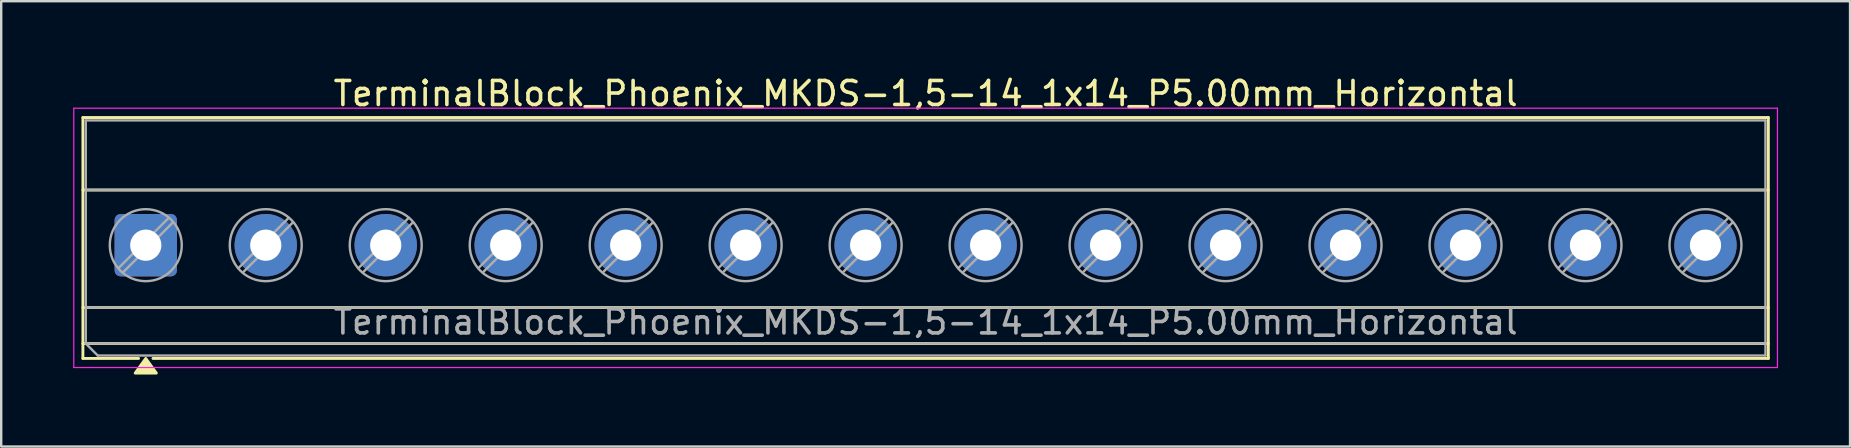
<source format=kicad_pcb>
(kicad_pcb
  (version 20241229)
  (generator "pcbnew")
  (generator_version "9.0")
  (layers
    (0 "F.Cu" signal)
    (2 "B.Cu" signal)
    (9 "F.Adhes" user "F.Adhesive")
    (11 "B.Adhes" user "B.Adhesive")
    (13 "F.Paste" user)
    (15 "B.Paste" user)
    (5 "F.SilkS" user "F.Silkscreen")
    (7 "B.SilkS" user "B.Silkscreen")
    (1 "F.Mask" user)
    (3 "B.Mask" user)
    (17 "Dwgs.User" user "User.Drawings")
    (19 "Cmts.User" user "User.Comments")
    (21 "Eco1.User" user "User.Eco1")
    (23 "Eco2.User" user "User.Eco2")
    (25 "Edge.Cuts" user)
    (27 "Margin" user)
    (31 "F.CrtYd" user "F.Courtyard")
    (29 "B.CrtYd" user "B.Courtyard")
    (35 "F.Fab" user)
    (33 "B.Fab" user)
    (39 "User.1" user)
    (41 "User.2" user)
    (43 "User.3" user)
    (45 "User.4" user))
  (footprint "TerminalBlock_Phoenix_MKDS-1,5-14_1x14_P5.00mm_Horizontal"
    (layer "F.Cu")
    (at 3.025 7.168)
    (property "Reference" "TerminalBlock_Phoenix_MKDS-1,5-14_1x14_P5.00mm_Horizontal" (at 32.5 -6.32 0) (layer "F.SilkS") (effects (font (size 1 1) (thickness 0.15))))
    (attr through_hole)
    (fp_line (start -2.62 -5.32) (end 67.62 -5.32) (stroke (width 0.12) (type solid)) (layer "F.SilkS"))
    (fp_line (start -2.62 -2.3) (end 67.62 -2.3) (stroke (width 0.12) (type solid)) (layer "F.SilkS"))
    (fp_line (start -2.62 2.6) (end 67.62 2.6) (stroke (width 0.12) (type solid)) (layer "F.SilkS"))
    (fp_line (start -2.62 4.1) (end 67.62 4.1) (stroke (width 0.12) (type solid)) (layer "F.SilkS"))
    (fp_line (start -2.62 4.72) (end -2.62 -5.32) (stroke (width 0.12) (type solid)) (layer "F.SilkS"))
    (fp_line (start -0.3 4.72) (end -2.62 4.72) (stroke (width 0.12) (type solid)) (layer "F.SilkS"))
    (fp_line (start 67.62 -5.32) (end 67.62 4.72) (stroke (width 0.12) (type solid)) (layer "F.SilkS"))
    (fp_line (start 67.62 4.72) (end 0.3 4.72) (stroke (width 0.12) (type solid)) (layer "F.SilkS"))
    (fp_poly (pts (xy 0 4.72) (xy 0.44 5.33) (xy -0.44 5.33)) (stroke (width 0.12) (type solid)) (fill yes) (layer "F.SilkS"))
    (fp_line (start -3 -5.71) (end -3 5.1) (stroke (width 0.05) (type solid)) (layer "F.CrtYd"))
    (fp_line (start -3 5.1) (end 68 5.1) (stroke (width 0.05) (type solid)) (layer "F.CrtYd"))
    (fp_line (start 68 -5.71) (end -3 -5.71) (stroke (width 0.05) (type solid)) (layer "F.CrtYd"))
    (fp_line (start 68 5.1) (end 68 -5.71) (stroke (width 0.05) (type solid)) (layer "F.CrtYd"))
    (fp_line (start -2.5 -5.2) (end 67.5 -5.2) (stroke (width 0.1) (type solid)) (layer "F.Fab"))
    (fp_line (start -2.5 -2.3) (end 67.5 -2.3) (stroke (width 0.1) (type solid)) (layer "F.Fab"))
    (fp_line (start -2.5 2.6) (end 67.5 2.6) (stroke (width 0.1) (type solid)) (layer "F.Fab"))
    (fp_line (start -2.5 4.1) (end -2.5 -5.2) (stroke (width 0.1) (type solid)) (layer "F.Fab"))
    (fp_line (start -2.5 4.1) (end 67.5 4.1) (stroke (width 0.1) (type solid)) (layer "F.Fab"))
    (fp_line (start -2 4.6) (end -2.5 4.1) (stroke (width 0.1) (type solid)) (layer "F.Fab"))
    (fp_line (start 0.955 -1.138) (end -1.138 0.955) (stroke (width 0.1) (type solid)) (layer "F.Fab"))
    (fp_line (start 1.138 -0.955) (end -0.955 1.138) (stroke (width 0.1) (type solid)) (layer "F.Fab"))
    (fp_line (start 5.955 -1.138) (end 3.862 0.955) (stroke (width 0.1) (type solid)) (layer "F.Fab"))
    (fp_line (start 6.138 -0.955) (end 4.045 1.138) (stroke (width 0.1) (type solid)) (layer "F.Fab"))
    (fp_line (start 10.955 -1.138) (end 8.862 0.955) (stroke (width 0.1) (type solid)) (layer "F.Fab"))
    (fp_line (start 11.138 -0.955) (end 9.045 1.138) (stroke (width 0.1) (type solid)) (layer "F.Fab"))
    (fp_line (start 15.955 -1.138) (end 13.862 0.955) (stroke (width 0.1) (type solid)) (layer "F.Fab"))
    (fp_line (start 16.138 -0.955) (end 14.045 1.138) (stroke (width 0.1) (type solid)) (layer "F.Fab"))
    (fp_line (start 20.955 -1.138) (end 18.862 0.955) (stroke (width 0.1) (type solid)) (layer "F.Fab"))
    (fp_line (start 21.138 -0.955) (end 19.045 1.138) (stroke (width 0.1) (type solid)) (layer "F.Fab"))
    (fp_line (start 25.955 -1.138) (end 23.862 0.955) (stroke (width 0.1) (type solid)) (layer "F.Fab"))
    (fp_line (start 26.138 -0.955) (end 24.045 1.138) (stroke (width 0.1) (type solid)) (layer "F.Fab"))
    (fp_line (start 30.955 -1.138) (end 28.862 0.955) (stroke (width 0.1) (type solid)) (layer "F.Fab"))
    (fp_line (start 31.138 -0.955) (end 29.045 1.138) (stroke (width 0.1) (type solid)) (layer "F.Fab"))
    (fp_line (start 35.955 -1.138) (end 33.862 0.955) (stroke (width 0.1) (type solid)) (layer "F.Fab"))
    (fp_line (start 36.138 -0.955) (end 34.045 1.138) (stroke (width 0.1) (type solid)) (layer "F.Fab"))
    (fp_line (start 40.955 -1.138) (end 38.862 0.955) (stroke (width 0.1) (type solid)) (layer "F.Fab"))
    (fp_line (start 41.138 -0.955) (end 39.045 1.138) (stroke (width 0.1) (type solid)) (layer "F.Fab"))
    (fp_line (start 45.955 -1.138) (end 43.862 0.955) (stroke (width 0.1) (type solid)) (layer "F.Fab"))
    (fp_line (start 46.138 -0.955) (end 44.045 1.138) (stroke (width 0.1) (type solid)) (layer "F.Fab"))
    (fp_line (start 50.955 -1.138) (end 48.862 0.955) (stroke (width 0.1) (type solid)) (layer "F.Fab"))
    (fp_line (start 51.138 -0.955) (end 49.045 1.138) (stroke (width 0.1) (type solid)) (layer "F.Fab"))
    (fp_line (start 55.955 -1.138) (end 53.862 0.955) (stroke (width 0.1) (type solid)) (layer "F.Fab"))
    (fp_line (start 56.138 -0.955) (end 54.045 1.138) (stroke (width 0.1) (type solid)) (layer "F.Fab"))
    (fp_line (start 60.955 -1.138) (end 58.862 0.955) (stroke (width 0.1) (type solid)) (layer "F.Fab"))
    (fp_line (start 61.138 -0.955) (end 59.045 1.138) (stroke (width 0.1) (type solid)) (layer "F.Fab"))
    (fp_line (start 65.955 -1.138) (end 63.862 0.955) (stroke (width 0.1) (type solid)) (layer "F.Fab"))
    (fp_line (start 66.138 -0.955) (end 64.045 1.138) (stroke (width 0.1) (type solid)) (layer "F.Fab"))
    (fp_line (start 67.5 -5.2) (end 67.5 4.6) (stroke (width 0.1) (type solid)) (layer "F.Fab"))
    (fp_line (start 67.5 4.6) (end -2 4.6) (stroke (width 0.1) (type solid)) (layer "F.Fab"))
    (fp_circle (center 0 0) (end 1.5 0) (stroke (width 0.1) (type solid)) (fill no) (layer "F.Fab"))
    (fp_circle (center 5 0) (end 6.5 0) (stroke (width 0.1) (type solid)) (fill no) (layer "F.Fab"))
    (fp_circle (center 10 0) (end 11.5 0) (stroke (width 0.1) (type solid)) (fill no) (layer "F.Fab"))
    (fp_circle (center 15 0) (end 16.5 0) (stroke (width 0.1) (type solid)) (fill no) (layer "F.Fab"))
    (fp_circle (center 20 0) (end 21.5 0) (stroke (width 0.1) (type solid)) (fill no) (layer "F.Fab"))
    (fp_circle (center 25 0) (end 26.5 0) (stroke (width 0.1) (type solid)) (fill no) (layer "F.Fab"))
    (fp_circle (center 30 0) (end 31.5 0) (stroke (width 0.1) (type solid)) (fill no) (layer "F.Fab"))
    (fp_circle (center 35 0) (end 36.5 0) (stroke (width 0.1) (type solid)) (fill no) (layer "F.Fab"))
    (fp_circle (center 40 0) (end 41.5 0) (stroke (width 0.1) (type solid)) (fill no) (layer "F.Fab"))
    (fp_circle (center 45 0) (end 46.5 0) (stroke (width 0.1) (type solid)) (fill no) (layer "F.Fab"))
    (fp_circle (center 50 0) (end 51.5 0) (stroke (width 0.1) (type solid)) (fill no) (layer "F.Fab"))
    (fp_circle (center 55 0) (end 56.5 0) (stroke (width 0.1) (type solid)) (fill no) (layer "F.Fab"))
    (fp_circle (center 60 0) (end 61.5 0) (stroke (width 0.1) (type solid)) (fill no) (layer "F.Fab"))
    (fp_circle (center 65 0) (end 66.5 0) (stroke (width 0.1) (type solid)) (fill no) (layer "F.Fab"))
    (fp_text user "${REFERENCE}" (at 32.5 3.2 0) (layer "F.Fab") (effects (font (size 1 1) (thickness 0.15))))
    (pad "1" thru_hole roundrect (at 0 0) (size 2.6 2.6) (drill 1.3) (layers "*.Cu" "*.Mask") (roundrect_rratio 0.096))
    (pad "2" thru_hole circle (at 5 0) (size 2.6 2.6) (drill 1.3) (layers "*.Cu" "*.Mask"))
    (pad "3" thru_hole circle (at 10 0) (size 2.6 2.6) (drill 1.3) (layers "*.Cu" "*.Mask"))
    (pad "4" thru_hole circle (at 15 0) (size 2.6 2.6) (drill 1.3) (layers "*.Cu" "*.Mask"))
    (pad "5" thru_hole circle (at 20 0) (size 2.6 2.6) (drill 1.3) (layers "*.Cu" "*.Mask"))
    (pad "6" thru_hole circle (at 25 0) (size 2.6 2.6) (drill 1.3) (layers "*.Cu" "*.Mask"))
    (pad "7" thru_hole circle (at 30 0) (size 2.6 2.6) (drill 1.3) (layers "*.Cu" "*.Mask"))
    (pad "8" thru_hole circle (at 35 0) (size 2.6 2.6) (drill 1.3) (layers "*.Cu" "*.Mask"))
    (pad "9" thru_hole circle (at 40 0) (size 2.6 2.6) (drill 1.3) (layers "*.Cu" "*.Mask"))
    (pad "10" thru_hole circle (at 45 0) (size 2.6 2.6) (drill 1.3) (layers "*.Cu" "*.Mask"))
    (pad "11" thru_hole circle (at 50 0) (size 2.6 2.6) (drill 1.3) (layers "*.Cu" "*.Mask"))
    (pad "12" thru_hole circle (at 55 0) (size 2.6 2.6) (drill 1.3) (layers "*.Cu" "*.Mask"))
    (pad "13" thru_hole circle (at 60 0) (size 2.6 2.6) (drill 1.3) (layers "*.Cu" "*.Mask"))
    (pad "14" thru_hole circle (at 65 0) (size 2.6 2.6) (drill 1.3) (layers "*.Cu" "*.Mask")))
  (gr_rect
    (start -3 -3)
    (end 74.05 15.558)
    (stroke (width 0.1) (type default))
    (fill no)
    (layer "Edge.Cuts")))
</source>
